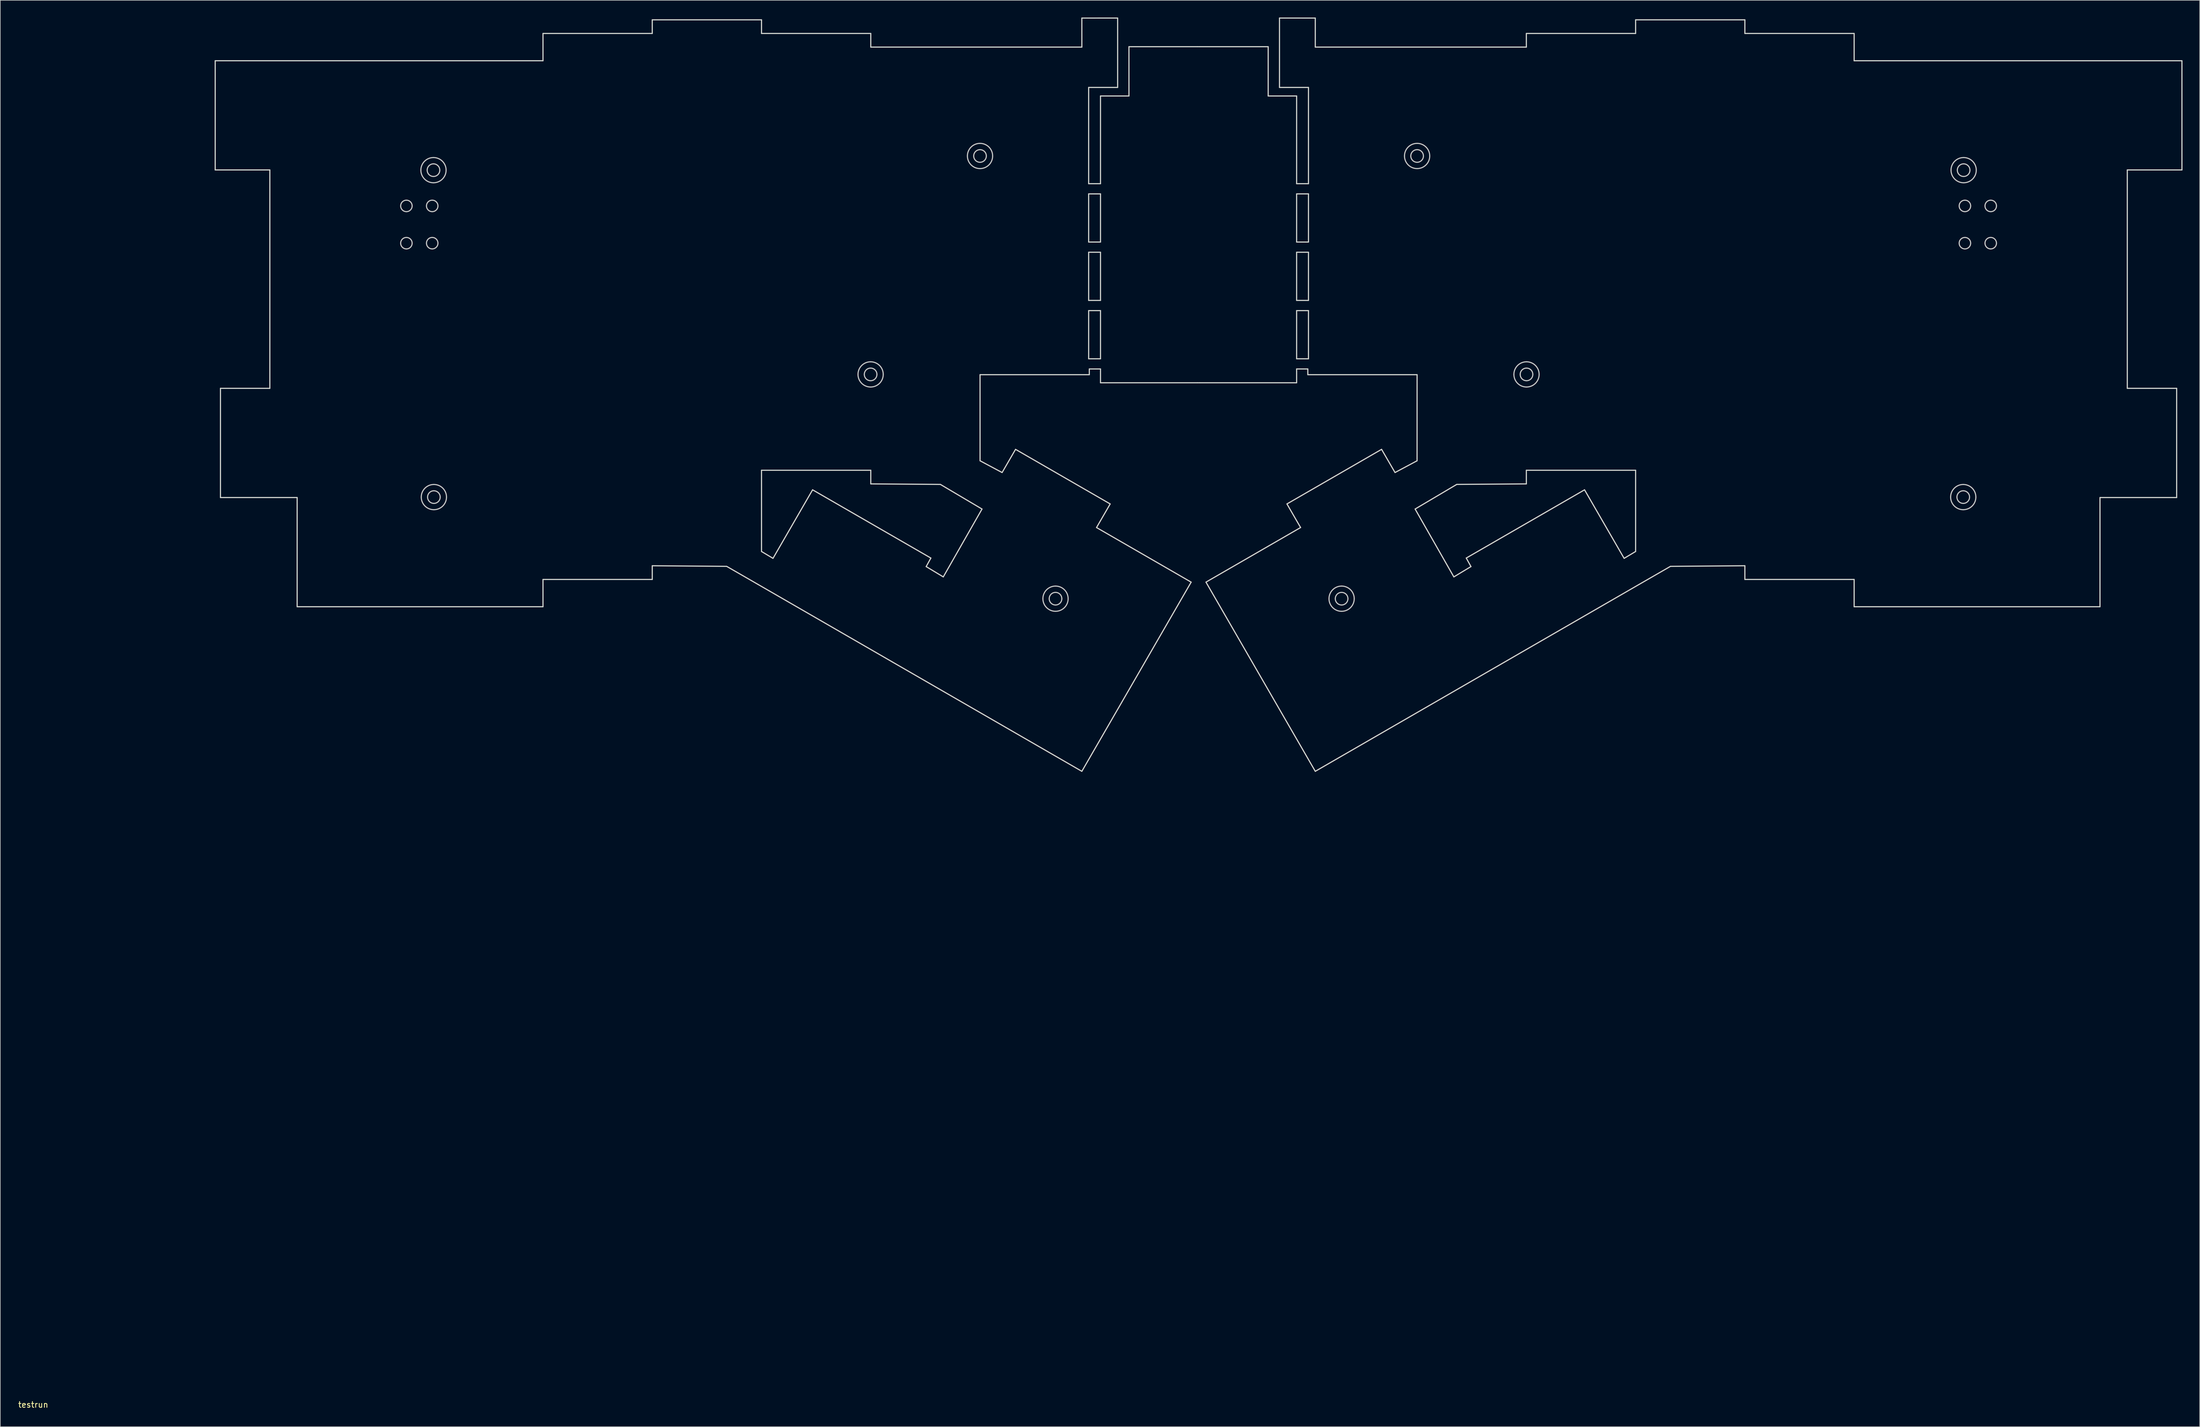
<source format=kicad_pcb>
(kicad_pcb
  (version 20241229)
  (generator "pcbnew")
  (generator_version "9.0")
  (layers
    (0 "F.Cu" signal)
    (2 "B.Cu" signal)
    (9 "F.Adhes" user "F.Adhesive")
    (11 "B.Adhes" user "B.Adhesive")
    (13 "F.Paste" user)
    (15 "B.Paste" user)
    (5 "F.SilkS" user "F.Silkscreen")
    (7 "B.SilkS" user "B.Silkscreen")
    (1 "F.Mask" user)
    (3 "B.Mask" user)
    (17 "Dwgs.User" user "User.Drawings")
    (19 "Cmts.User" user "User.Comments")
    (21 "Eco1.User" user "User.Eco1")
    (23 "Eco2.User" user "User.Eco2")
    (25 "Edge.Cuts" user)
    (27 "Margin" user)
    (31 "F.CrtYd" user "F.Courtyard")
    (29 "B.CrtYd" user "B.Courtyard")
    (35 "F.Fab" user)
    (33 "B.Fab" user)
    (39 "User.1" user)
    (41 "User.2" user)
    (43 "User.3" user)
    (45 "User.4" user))
  (footprint "testrun"
    (layer "F.Cu")
    (at 2.744 241.504)
    (property "Reference" "testrun" (at 0 0.5 0) (layer "F.SilkS") (effects (font (size 1 1) (thickness 0.15))))
    (attr through_hole)
    (fp_curve (pts (xy 64.062 -208.631) (xy 64.062 -209.183) (xy 64.51 -209.631) (xy 65.062 -209.631)) (stroke (width 0.2) (type solid)) (layer "Dwgs.User"))
    (fp_curve (pts (xy 64.062 -202.131) (xy 64.062 -202.683) (xy 64.51 -203.131) (xy 65.062 -203.131)) (stroke (width 0.2) (type solid)) (layer "Dwgs.User"))
    (fp_curve (pts (xy 65.062 -209.631) (xy 65.614 -209.631) (xy 66.062 -209.183) (xy 66.062 -208.631)) (stroke (width 0.2) (type solid)) (layer "Dwgs.User"))
    (fp_curve (pts (xy 65.062 -207.631) (xy 64.51 -207.631) (xy 64.062 -208.078) (xy 64.062 -208.631)) (stroke (width 0.2) (type solid)) (layer "Dwgs.User"))
    (fp_curve (pts (xy 65.062 -203.131) (xy 65.614 -203.131) (xy 66.062 -202.683) (xy 66.062 -202.131)) (stroke (width 0.2) (type solid)) (layer "Dwgs.User"))
    (fp_curve (pts (xy 65.062 -201.131) (xy 64.51 -201.131) (xy 64.062 -201.578) (xy 64.062 -202.131)) (stroke (width 0.2) (type solid)) (layer "Dwgs.User"))
    (fp_curve (pts (xy 66.062 -208.631) (xy 66.062 -208.078) (xy 65.614 -207.631) (xy 65.062 -207.631)) (stroke (width 0.2) (type solid)) (layer "Dwgs.User"))
    (fp_curve (pts (xy 66.062 -202.131) (xy 66.062 -201.578) (xy 65.614 -201.131) (xy 65.062 -201.131)) (stroke (width 0.2) (type solid)) (layer "Dwgs.User"))
    (fp_curve (pts (xy 67.583 -214.87) (xy 67.583 -216.085) (xy 68.568 -217.07) (xy 69.783 -217.07)) (stroke (width 0.2) (type solid)) (layer "Dwgs.User"))
    (fp_curve (pts (xy 67.652 -157.835) (xy 67.652 -159.051) (xy 68.637 -160.035) (xy 69.852 -160.035)) (stroke (width 0.2) (type solid)) (layer "Dwgs.User"))
    (fp_curve (pts (xy 68.562 -208.631) (xy 68.562 -209.183) (xy 69.01 -209.631) (xy 69.562 -209.631)) (stroke (width 0.2) (type solid)) (layer "Dwgs.User"))
    (fp_curve (pts (xy 68.562 -202.131) (xy 68.562 -202.683) (xy 69.01 -203.131) (xy 69.562 -203.131)) (stroke (width 0.2) (type solid)) (layer "Dwgs.User"))
    (fp_curve (pts (xy 68.683 -214.87) (xy 68.683 -215.477) (xy 69.176 -215.97) (xy 69.783 -215.97)) (stroke (width 0.2) (type solid)) (layer "Dwgs.User"))
    (fp_curve (pts (xy 68.752 -157.835) (xy 68.752 -158.443) (xy 69.245 -158.935) (xy 69.852 -158.935)) (stroke (width 0.2) (type solid)) (layer "Dwgs.User"))
    (fp_curve (pts (xy 69.562 -209.631) (xy 70.114 -209.631) (xy 70.562 -209.183) (xy 70.562 -208.631)) (stroke (width 0.2) (type solid)) (layer "Dwgs.User"))
    (fp_curve (pts (xy 69.562 -207.631) (xy 69.01 -207.631) (xy 68.562 -208.078) (xy 68.562 -208.631)) (stroke (width 0.2) (type solid)) (layer "Dwgs.User"))
    (fp_curve (pts (xy 69.562 -203.131) (xy 70.114 -203.131) (xy 70.562 -202.683) (xy 70.562 -202.131)) (stroke (width 0.2) (type solid)) (layer "Dwgs.User"))
    (fp_curve (pts (xy 69.562 -201.131) (xy 69.01 -201.131) (xy 68.562 -201.578) (xy 68.562 -202.131)) (stroke (width 0.2) (type solid)) (layer "Dwgs.User"))
    (fp_curve (pts (xy 69.783 -217.07) (xy 70.998 -217.07) (xy 71.983 -216.085) (xy 71.983 -214.87)) (stroke (width 0.2) (type solid)) (layer "Dwgs.User"))
    (fp_curve (pts (xy 69.783 -212.67) (xy 68.568 -212.67) (xy 67.583 -213.655) (xy 67.583 -214.87)) (stroke (width 0.2) (type solid)) (layer "Dwgs.User"))
    (fp_curve (pts (xy 69.783 -215.97) (xy 70.391 -215.97) (xy 70.883 -215.477) (xy 70.883 -214.87)) (stroke (width 0.2) (type solid)) (layer "Dwgs.User"))
    (fp_curve (pts (xy 69.783 -213.77) (xy 69.176 -213.77) (xy 68.683 -214.262) (xy 68.683 -214.87)) (stroke (width 0.2) (type solid)) (layer "Dwgs.User"))
    (fp_curve (pts (xy 69.852 -160.035) (xy 71.067 -160.035) (xy 72.052 -159.051) (xy 72.052 -157.835)) (stroke (width 0.2) (type solid)) (layer "Dwgs.User"))
    (fp_curve (pts (xy 69.852 -155.635) (xy 68.637 -155.635) (xy 67.652 -156.62) (xy 67.652 -157.835)) (stroke (width 0.2) (type solid)) (layer "Dwgs.User"))
    (fp_curve (pts (xy 69.852 -158.935) (xy 70.46 -158.935) (xy 70.952 -158.443) (xy 70.952 -157.835)) (stroke (width 0.2) (type solid)) (layer "Dwgs.User"))
    (fp_curve (pts (xy 69.852 -156.735) (xy 69.245 -156.735) (xy 68.752 -157.228) (xy 68.752 -157.835)) (stroke (width 0.2) (type solid)) (layer "Dwgs.User"))
    (fp_curve (pts (xy 70.562 -208.631) (xy 70.562 -208.078) (xy 70.114 -207.631) (xy 69.562 -207.631)) (stroke (width 0.2) (type solid)) (layer "Dwgs.User"))
    (fp_curve (pts (xy 70.562 -202.131) (xy 70.562 -201.578) (xy 70.114 -201.131) (xy 69.562 -201.131)) (stroke (width 0.2) (type solid)) (layer "Dwgs.User"))
    (fp_curve (pts (xy 70.883 -214.87) (xy 70.883 -214.262) (xy 70.391 -213.77) (xy 69.783 -213.77)) (stroke (width 0.2) (type solid)) (layer "Dwgs.User"))
    (fp_curve (pts (xy 70.952 -157.835) (xy 70.952 -157.228) (xy 70.46 -156.735) (xy 69.852 -156.735)) (stroke (width 0.2) (type solid)) (layer "Dwgs.User"))
    (fp_curve (pts (xy 71.983 -214.87) (xy 71.983 -213.655) (xy 70.998 -212.67) (xy 69.783 -212.67)) (stroke (width 0.2) (type solid)) (layer "Dwgs.User"))
    (fp_curve (pts (xy 72.052 -157.835) (xy 72.052 -156.62) (xy 71.067 -155.635) (xy 69.852 -155.635)) (stroke (width 0.2) (type solid)) (layer "Dwgs.User"))
    (fp_curve (pts (xy 143.796 -179.238) (xy 143.796 -180.453) (xy 144.781 -181.438) (xy 145.996 -181.438)) (stroke (width 0.2) (type solid)) (layer "Dwgs.User"))
    (fp_curve (pts (xy 144.896 -179.238) (xy 144.896 -179.845) (xy 145.389 -180.338) (xy 145.996 -180.338)) (stroke (width 0.2) (type solid)) (layer "Dwgs.User"))
    (fp_curve (pts (xy 145.996 -181.438) (xy 147.211 -181.438) (xy 148.196 -180.453) (xy 148.196 -179.238)) (stroke (width 0.2) (type solid)) (layer "Dwgs.User"))
    (fp_curve (pts (xy 145.996 -180.338) (xy 146.604 -180.338) (xy 147.096 -179.845) (xy 147.096 -179.238)) (stroke (width 0.2) (type solid)) (layer "Dwgs.User"))
    (fp_curve (pts (xy 145.996 -178.138) (xy 145.389 -178.138) (xy 144.896 -178.63) (xy 144.896 -179.238)) (stroke (width 0.2) (type solid)) (layer "Dwgs.User"))
    (fp_curve (pts (xy 145.996 -177.038) (xy 144.781 -177.038) (xy 143.796 -178.023) (xy 143.796 -179.238)) (stroke (width 0.2) (type solid)) (layer "Dwgs.User"))
    (fp_curve (pts (xy 147.096 -179.238) (xy 147.096 -178.63) (xy 146.604 -178.138) (xy 145.996 -178.138)) (stroke (width 0.2) (type solid)) (layer "Dwgs.User"))
    (fp_curve (pts (xy 148.196 -179.238) (xy 148.196 -178.023) (xy 147.211 -177.038) (xy 145.996 -177.038)) (stroke (width 0.2) (type solid)) (layer "Dwgs.User"))
    (fp_curve (pts (xy 162.87 -217.344) (xy 162.87 -218.559) (xy 163.855 -219.544) (xy 165.07 -219.544)) (stroke (width 0.2) (type solid)) (layer "Dwgs.User"))
    (fp_curve (pts (xy 163.97 -217.344) (xy 163.97 -217.951) (xy 164.463 -218.444) (xy 165.07 -218.444)) (stroke (width 0.2) (type solid)) (layer "Dwgs.User"))
    (fp_curve (pts (xy 165.07 -219.544) (xy 166.285 -219.544) (xy 167.27 -218.559) (xy 167.27 -217.344)) (stroke (width 0.2) (type solid)) (layer "Dwgs.User"))
    (fp_curve (pts (xy 165.07 -218.444) (xy 165.678 -218.444) (xy 166.17 -217.951) (xy 166.17 -217.344)) (stroke (width 0.2) (type solid)) (layer "Dwgs.User"))
    (fp_curve (pts (xy 165.07 -216.244) (xy 164.463 -216.244) (xy 163.97 -216.736) (xy 163.97 -217.344)) (stroke (width 0.2) (type solid)) (layer "Dwgs.User"))
    (fp_curve (pts (xy 165.07 -215.144) (xy 163.855 -215.144) (xy 162.87 -216.129) (xy 162.87 -217.344)) (stroke (width 0.2) (type solid)) (layer "Dwgs.User"))
    (fp_curve (pts (xy 166.17 -217.344) (xy 166.17 -216.736) (xy 165.678 -216.244) (xy 165.07 -216.244)) (stroke (width 0.2) (type solid)) (layer "Dwgs.User"))
    (fp_curve (pts (xy 167.27 -217.344) (xy 167.27 -216.129) (xy 166.285 -215.144) (xy 165.07 -215.144)) (stroke (width 0.2) (type solid)) (layer "Dwgs.User"))
    (fp_curve (pts (xy 176.033 -140.111) (xy 176.033 -141.326) (xy 177.018 -142.311) (xy 178.233 -142.311)) (stroke (width 0.2) (type solid)) (layer "Dwgs.User"))
    (fp_curve (pts (xy 177.133 -140.111) (xy 177.133 -140.718) (xy 177.626 -141.211) (xy 178.233 -141.211)) (stroke (width 0.2) (type solid)) (layer "Dwgs.User"))
    (fp_curve (pts (xy 178.233 -142.311) (xy 179.448 -142.311) (xy 180.433 -141.326) (xy 180.433 -140.111)) (stroke (width 0.2) (type solid)) (layer "Dwgs.User"))
    (fp_curve (pts (xy 178.233 -141.211) (xy 178.841 -141.211) (xy 179.333 -140.718) (xy 179.333 -140.111)) (stroke (width 0.2) (type solid)) (layer "Dwgs.User"))
    (fp_curve (pts (xy 178.233 -139.011) (xy 177.626 -139.011) (xy 177.133 -139.503) (xy 177.133 -140.111)) (stroke (width 0.2) (type solid)) (layer "Dwgs.User"))
    (fp_curve (pts (xy 178.233 -137.911) (xy 177.018 -137.911) (xy 176.033 -138.896) (xy 176.033 -140.111)) (stroke (width 0.2) (type solid)) (layer "Dwgs.User"))
    (fp_curve (pts (xy 179.333 -140.111) (xy 179.333 -139.503) (xy 178.841 -139.011) (xy 178.233 -139.011)) (stroke (width 0.2) (type solid)) (layer "Dwgs.User"))
    (fp_curve (pts (xy 180.433 -140.111) (xy 180.433 -138.896) (xy 179.448 -137.911) (xy 178.233 -137.911)) (stroke (width 0.2) (type solid)) (layer "Dwgs.User"))
    (fp_curve (pts (xy 225.913 -140.111) (xy 225.913 -138.896) (xy 226.898 -137.911) (xy 228.113 -137.911)) (stroke (width 0.2) (type solid)) (layer "Dwgs.User"))
    (fp_curve (pts (xy 227.013 -140.111) (xy 227.013 -139.503) (xy 227.506 -139.011) (xy 228.113 -139.011)) (stroke (width 0.2) (type solid)) (layer "Dwgs.User"))
    (fp_curve (pts (xy 228.113 -142.311) (xy 226.898 -142.311) (xy 225.913 -141.326) (xy 225.913 -140.111)) (stroke (width 0.2) (type solid)) (layer "Dwgs.User"))
    (fp_curve (pts (xy 228.113 -141.211) (xy 227.506 -141.211) (xy 227.013 -140.718) (xy 227.013 -140.111)) (stroke (width 0.2) (type solid)) (layer "Dwgs.User"))
    (fp_curve (pts (xy 228.113 -139.011) (xy 228.721 -139.011) (xy 229.213 -139.503) (xy 229.213 -140.111)) (stroke (width 0.2) (type solid)) (layer "Dwgs.User"))
    (fp_curve (pts (xy 228.113 -137.911) (xy 229.328 -137.911) (xy 230.313 -138.896) (xy 230.313 -140.111)) (stroke (width 0.2) (type solid)) (layer "Dwgs.User"))
    (fp_curve (pts (xy 229.213 -140.111) (xy 229.213 -140.718) (xy 228.721 -141.211) (xy 228.113 -141.211)) (stroke (width 0.2) (type solid)) (layer "Dwgs.User"))
    (fp_curve (pts (xy 230.313 -140.111) (xy 230.313 -141.326) (xy 229.328 -142.311) (xy 228.113 -142.311)) (stroke (width 0.2) (type solid)) (layer "Dwgs.User"))
    (fp_curve (pts (xy 239.076 -217.344) (xy 239.076 -216.129) (xy 240.061 -215.144) (xy 241.276 -215.144)) (stroke (width 0.2) (type solid)) (layer "Dwgs.User"))
    (fp_curve (pts (xy 240.176 -217.344) (xy 240.176 -216.736) (xy 240.669 -216.244) (xy 241.276 -216.244)) (stroke (width 0.2) (type solid)) (layer "Dwgs.User"))
    (fp_curve (pts (xy 241.276 -219.544) (xy 240.061 -219.544) (xy 239.076 -218.559) (xy 239.076 -217.344)) (stroke (width 0.2) (type solid)) (layer "Dwgs.User"))
    (fp_curve (pts (xy 241.276 -218.444) (xy 240.669 -218.444) (xy 240.176 -217.951) (xy 240.176 -217.344)) (stroke (width 0.2) (type solid)) (layer "Dwgs.User"))
    (fp_curve (pts (xy 241.276 -216.244) (xy 241.884 -216.244) (xy 242.376 -216.736) (xy 242.376 -217.344)) (stroke (width 0.2) (type solid)) (layer "Dwgs.User"))
    (fp_curve (pts (xy 241.276 -215.144) (xy 242.491 -215.144) (xy 243.476 -216.129) (xy 243.476 -217.344)) (stroke (width 0.2) (type solid)) (layer "Dwgs.User"))
    (fp_curve (pts (xy 242.376 -217.344) (xy 242.376 -217.951) (xy 241.884 -218.444) (xy 241.276 -218.444)) (stroke (width 0.2) (type solid)) (layer "Dwgs.User"))
    (fp_curve (pts (xy 243.476 -217.344) (xy 243.476 -218.559) (xy 242.491 -219.544) (xy 241.276 -219.544)) (stroke (width 0.2) (type solid)) (layer "Dwgs.User"))
    (fp_curve (pts (xy 258.15 -179.238) (xy 258.15 -178.023) (xy 259.135 -177.038) (xy 260.35 -177.038)) (stroke (width 0.2) (type solid)) (layer "Dwgs.User"))
    (fp_curve (pts (xy 259.25 -179.238) (xy 259.25 -178.63) (xy 259.743 -178.138) (xy 260.35 -178.138)) (stroke (width 0.2) (type solid)) (layer "Dwgs.User"))
    (fp_curve (pts (xy 260.35 -181.438) (xy 259.135 -181.438) (xy 258.15 -180.453) (xy 258.15 -179.238)) (stroke (width 0.2) (type solid)) (layer "Dwgs.User"))
    (fp_curve (pts (xy 260.35 -180.338) (xy 259.743 -180.338) (xy 259.25 -179.845) (xy 259.25 -179.238)) (stroke (width 0.2) (type solid)) (layer "Dwgs.User"))
    (fp_curve (pts (xy 260.35 -178.138) (xy 260.958 -178.138) (xy 261.45 -178.63) (xy 261.45 -179.238)) (stroke (width 0.2) (type solid)) (layer "Dwgs.User"))
    (fp_curve (pts (xy 260.35 -177.038) (xy 261.565 -177.038) (xy 262.55 -178.023) (xy 262.55 -179.238)) (stroke (width 0.2) (type solid)) (layer "Dwgs.User"))
    (fp_curve (pts (xy 261.45 -179.238) (xy 261.45 -179.845) (xy 260.958 -180.338) (xy 260.35 -180.338)) (stroke (width 0.2) (type solid)) (layer "Dwgs.User"))
    (fp_curve (pts (xy 262.55 -179.238) (xy 262.55 -180.453) (xy 261.565 -181.438) (xy 260.35 -181.438)) (stroke (width 0.2) (type solid)) (layer "Dwgs.User"))
    (fp_curve (pts (xy 334.294 -157.835) (xy 334.294 -156.62) (xy 335.279 -155.635) (xy 336.494 -155.635)) (stroke (width 0.2) (type solid)) (layer "Dwgs.User"))
    (fp_curve (pts (xy 334.363 -214.87) (xy 334.363 -213.655) (xy 335.348 -212.67) (xy 336.563 -212.67)) (stroke (width 0.2) (type solid)) (layer "Dwgs.User"))
    (fp_curve (pts (xy 335.394 -157.835) (xy 335.394 -157.228) (xy 335.887 -156.735) (xy 336.494 -156.735)) (stroke (width 0.2) (type solid)) (layer "Dwgs.User"))
    (fp_curve (pts (xy 335.463 -214.87) (xy 335.463 -214.262) (xy 335.956 -213.77) (xy 336.563 -213.77)) (stroke (width 0.2) (type solid)) (layer "Dwgs.User"))
    (fp_curve (pts (xy 335.785 -208.631) (xy 335.785 -208.078) (xy 336.232 -207.631) (xy 336.785 -207.631)) (stroke (width 0.2) (type solid)) (layer "Dwgs.User"))
    (fp_curve (pts (xy 335.785 -202.131) (xy 335.785 -201.578) (xy 336.232 -201.131) (xy 336.785 -201.131)) (stroke (width 0.2) (type solid)) (layer "Dwgs.User"))
    (fp_curve (pts (xy 336.494 -158.935) (xy 335.887 -158.935) (xy 335.394 -158.443) (xy 335.394 -157.835)) (stroke (width 0.2) (type solid)) (layer "Dwgs.User"))
    (fp_curve (pts (xy 336.494 -156.735) (xy 337.102 -156.735) (xy 337.594 -157.228) (xy 337.594 -157.835)) (stroke (width 0.2) (type solid)) (layer "Dwgs.User"))
    (fp_curve (pts (xy 336.494 -160.035) (xy 335.279 -160.035) (xy 334.294 -159.051) (xy 334.294 -157.835)) (stroke (width 0.2) (type solid)) (layer "Dwgs.User"))
    (fp_curve (pts (xy 336.494 -155.635) (xy 337.709 -155.635) (xy 338.694 -156.62) (xy 338.694 -157.835)) (stroke (width 0.2) (type solid)) (layer "Dwgs.User"))
    (fp_curve (pts (xy 336.563 -215.97) (xy 335.956 -215.97) (xy 335.463 -215.477) (xy 335.463 -214.87)) (stroke (width 0.2) (type solid)) (layer "Dwgs.User"))
    (fp_curve (pts (xy 336.563 -213.77) (xy 337.171 -213.77) (xy 337.663 -214.262) (xy 337.663 -214.87)) (stroke (width 0.2) (type solid)) (layer "Dwgs.User"))
    (fp_curve (pts (xy 336.563 -217.07) (xy 335.348 -217.07) (xy 334.363 -216.085) (xy 334.363 -214.87)) (stroke (width 0.2) (type solid)) (layer "Dwgs.User"))
    (fp_curve (pts (xy 336.563 -212.67) (xy 337.778 -212.67) (xy 338.763 -213.655) (xy 338.763 -214.87)) (stroke (width 0.2) (type solid)) (layer "Dwgs.User"))
    (fp_curve (pts (xy 336.785 -209.631) (xy 336.232 -209.631) (xy 335.785 -209.183) (xy 335.785 -208.631)) (stroke (width 0.2) (type solid)) (layer "Dwgs.User"))
    (fp_curve (pts (xy 336.785 -207.631) (xy 337.337 -207.631) (xy 337.785 -208.078) (xy 337.785 -208.631)) (stroke (width 0.2) (type solid)) (layer "Dwgs.User"))
    (fp_curve (pts (xy 336.785 -203.131) (xy 336.232 -203.131) (xy 335.785 -202.683) (xy 335.785 -202.131)) (stroke (width 0.2) (type solid)) (layer "Dwgs.User"))
    (fp_curve (pts (xy 336.785 -201.131) (xy 337.337 -201.131) (xy 337.785 -201.578) (xy 337.785 -202.131)) (stroke (width 0.2) (type solid)) (layer "Dwgs.User"))
    (fp_curve (pts (xy 337.594 -157.835) (xy 337.594 -158.443) (xy 337.102 -158.935) (xy 336.494 -158.935)) (stroke (width 0.2) (type solid)) (layer "Dwgs.User"))
    (fp_curve (pts (xy 337.663 -214.87) (xy 337.663 -215.477) (xy 337.171 -215.97) (xy 336.563 -215.97)) (stroke (width 0.2) (type solid)) (layer "Dwgs.User"))
    (fp_curve (pts (xy 337.785 -208.631) (xy 337.785 -209.183) (xy 337.337 -209.631) (xy 336.785 -209.631)) (stroke (width 0.2) (type solid)) (layer "Dwgs.User"))
    (fp_curve (pts (xy 337.785 -202.131) (xy 337.785 -202.683) (xy 337.337 -203.131) (xy 336.785 -203.131)) (stroke (width 0.2) (type solid)) (layer "Dwgs.User"))
    (fp_curve (pts (xy 338.694 -157.835) (xy 338.694 -159.051) (xy 337.709 -160.035) (xy 336.494 -160.035)) (stroke (width 0.2) (type solid)) (layer "Dwgs.User"))
    (fp_curve (pts (xy 338.763 -214.87) (xy 338.763 -216.085) (xy 337.778 -217.07) (xy 336.563 -217.07)) (stroke (width 0.2) (type solid)) (layer "Dwgs.User"))
    (fp_curve (pts (xy 340.285 -208.631) (xy 340.285 -208.078) (xy 340.732 -207.631) (xy 341.285 -207.631)) (stroke (width 0.2) (type solid)) (layer "Dwgs.User"))
    (fp_curve (pts (xy 340.285 -202.131) (xy 340.285 -201.578) (xy 340.732 -201.131) (xy 341.285 -201.131)) (stroke (width 0.2) (type solid)) (layer "Dwgs.User"))
    (fp_curve (pts (xy 341.285 -209.631) (xy 340.732 -209.631) (xy 340.285 -209.183) (xy 340.285 -208.631)) (stroke (width 0.2) (type solid)) (layer "Dwgs.User"))
    (fp_curve (pts (xy 341.285 -207.631) (xy 341.837 -207.631) (xy 342.285 -208.078) (xy 342.285 -208.631)) (stroke (width 0.2) (type solid)) (layer "Dwgs.User"))
    (fp_curve (pts (xy 341.285 -203.131) (xy 340.732 -203.131) (xy 340.285 -202.683) (xy 340.285 -202.131)) (stroke (width 0.2) (type solid)) (layer "Dwgs.User"))
    (fp_curve (pts (xy 341.285 -201.131) (xy 341.837 -201.131) (xy 342.285 -201.578) (xy 342.285 -202.131)) (stroke (width 0.2) (type solid)) (layer "Dwgs.User"))
    (fp_curve (pts (xy 342.285 -208.631) (xy 342.285 -209.183) (xy 341.837 -209.631) (xy 341.285 -209.631)) (stroke (width 0.2) (type solid)) (layer "Dwgs.User"))
    (fp_curve (pts (xy 342.285 -202.131) (xy 342.285 -202.683) (xy 341.837 -203.131) (xy 341.285 -203.131)) (stroke (width 0.2) (type solid)) (layer "Dwgs.User"))
    (fp_line (start 31.725 -233.957) (end 88.875 -233.957) (stroke (width 0.2) (type solid)) (layer "Edge.Cuts"))
    (fp_line (start 31.725 -214.907) (end 31.725 -233.957) (stroke (width 0.2) (type solid)) (layer "Edge.Cuts"))
    (fp_line (start 32.644 -176.807) (end 41.252 -176.807) (stroke (width 0.2) (type solid)) (layer "Edge.Cuts"))
    (fp_line (start 32.644 -157.757) (end 32.644 -176.807) (stroke (width 0.2) (type solid)) (layer "Edge.Cuts"))
    (fp_line (start 41.252 -214.907) (end 31.725 -214.907) (stroke (width 0.2) (type solid)) (layer "Edge.Cuts"))
    (fp_line (start 41.252 -176.807) (end 41.252 -214.907) (stroke (width 0.2) (type solid)) (layer "Edge.Cuts"))
    (fp_line (start 46.012 -157.757) (end 32.644 -157.757) (stroke (width 0.2) (type solid)) (layer "Edge.Cuts"))
    (fp_line (start 46.012 -138.707) (end 46.012 -157.757) (stroke (width 0.2) (type solid)) (layer "Edge.Cuts"))
    (fp_line (start 88.875 -238.717) (end 107.925 -238.717) (stroke (width 0.2) (type solid)) (layer "Edge.Cuts"))
    (fp_line (start 88.875 -233.957) (end 88.875 -238.717) (stroke (width 0.2) (type solid)) (layer "Edge.Cuts"))
    (fp_line (start 88.875 -143.467) (end 88.875 -138.707) (stroke (width 0.2) (type solid)) (layer "Edge.Cuts"))
    (fp_line (start 88.875 -138.707) (end 46.012 -138.707) (stroke (width 0.2) (type solid)) (layer "Edge.Cuts"))
    (fp_line (start 107.925 -241.097) (end 126.975 -241.097) (stroke (width 0.2) (type solid)) (layer "Edge.Cuts"))
    (fp_line (start 107.925 -238.717) (end 107.925 -241.097) (stroke (width 0.2) (type solid)) (layer "Edge.Cuts"))
    (fp_line (start 107.925 -145.857) (end 107.925 -143.467) (stroke (width 0.2) (type solid)) (layer "Edge.Cuts"))
    (fp_line (start 107.925 -143.467) (end 88.875 -143.467) (stroke (width 0.2) (type solid)) (layer "Edge.Cuts"))
    (fp_line (start 120.898 -145.753) (end 107.925 -145.857) (stroke (width 0.2) (type solid)) (layer "Edge.Cuts"))
    (fp_line (start 126.355 -142.606) (end 120.898 -145.753) (stroke (width 0.2) (type solid)) (layer "Edge.Cuts"))
    (fp_line (start 126.975 -241.097) (end 126.975 -238.717) (stroke (width 0.2) (type solid)) (layer "Edge.Cuts"))
    (fp_line (start 126.975 -238.717) (end 146.025 -238.717) (stroke (width 0.2) (type solid)) (layer "Edge.Cuts"))
    (fp_line (start 126.975 -162.517) (end 126.975 -148.346) (stroke (width 0.2) (type solid)) (layer "Edge.Cuts"))
    (fp_line (start 126.975 -148.346) (end 128.976 -147.146) (stroke (width 0.2) (type solid)) (layer "Edge.Cuts"))
    (fp_line (start 128.976 -147.146) (end 135.88 -159.103) (stroke (width 0.2) (type solid)) (layer "Edge.Cuts"))
    (fp_line (start 135.88 -159.103) (end 156.502 -147.198) (stroke (width 0.2) (type solid)) (layer "Edge.Cuts"))
    (fp_line (start 146.025 -238.717) (end 146.025 -236.337) (stroke (width 0.2) (type solid)) (layer "Edge.Cuts"))
    (fp_line (start 146.025 -236.337) (end 182.824 -236.337) (stroke (width 0.2) (type solid)) (layer "Edge.Cuts"))
    (fp_line (start 146.025 -162.517) (end 126.975 -162.517) (stroke (width 0.2) (type solid)) (layer "Edge.Cuts"))
    (fp_line (start 146.025 -160.137) (end 146.025 -162.517) (stroke (width 0.2) (type solid)) (layer "Edge.Cuts"))
    (fp_line (start 146.977 -130.698) (end 126.355 -142.606) (stroke (width 0.2) (type solid)) (layer "Edge.Cuts"))
    (fp_line (start 149.835 -129.045) (end 146.977 -130.698) (stroke (width 0.2) (type solid)) (layer "Edge.Cuts"))
    (fp_line (start 155.682 -145.712) (end 158.664 -143.911) (stroke (width 0.2) (type solid)) (layer "Edge.Cuts"))
    (fp_line (start 156.502 -147.198) (end 155.682 -145.712) (stroke (width 0.2) (type solid)) (layer "Edge.Cuts"))
    (fp_line (start 158.161 -160.048) (end 146.025 -160.137) (stroke (width 0.2) (type solid)) (layer "Edge.Cuts"))
    (fp_line (start 158.664 -143.911) (end 165.417 -155.75) (stroke (width 0.2) (type solid)) (layer "Edge.Cuts"))
    (fp_line (start 165.075 -179.187) (end 165.078 -164.17) (stroke (width 0.2) (type solid)) (layer "Edge.Cuts"))
    (fp_line (start 165.078 -164.17) (end 168.921 -162.118) (stroke (width 0.2) (type solid)) (layer "Edge.Cuts"))
    (fp_line (start 165.417 -155.75) (end 158.161 -160.048) (stroke (width 0.2) (type solid)) (layer "Edge.Cuts"))
    (fp_line (start 168.921 -162.118) (end 171.265 -166.164) (stroke (width 0.2) (type solid)) (layer "Edge.Cuts"))
    (fp_line (start 171.265 -166.164) (end 187.764 -156.639) (stroke (width 0.2) (type solid)) (layer "Edge.Cuts"))
    (fp_line (start 182.824 -241.402) (end 189.064 -241.404) (stroke (width 0.2) (type solid)) (layer "Edge.Cuts"))
    (fp_line (start 182.824 -236.337) (end 182.824 -241.402) (stroke (width 0.2) (type solid)) (layer "Edge.Cuts"))
    (fp_line (start 182.824 -109.995) (end 149.835 -129.045) (stroke (width 0.2) (type solid)) (layer "Edge.Cuts"))
    (fp_line (start 184.012 -229.303) (end 184.012 -212.508) (stroke (width 0.2) (type solid)) (layer "Edge.Cuts"))
    (fp_line (start 184.012 -212.508) (end 186.075 -212.508) (stroke (width 0.2) (type solid)) (layer "Edge.Cuts"))
    (fp_line (start 184.012 -210.731) (end 186.075 -210.731) (stroke (width 0.2) (type solid)) (layer "Edge.Cuts"))
    (fp_line (start 184.012 -202.327) (end 184.012 -210.731) (stroke (width 0.2) (type solid)) (layer "Edge.Cuts"))
    (fp_line (start 184.012 -200.55) (end 186.075 -200.55) (stroke (width 0.2) (type solid)) (layer "Edge.Cuts"))
    (fp_line (start 184.012 -192.145) (end 184.012 -200.55) (stroke (width 0.2) (type solid)) (layer "Edge.Cuts"))
    (fp_line (start 184.012 -190.368) (end 186.075 -190.368) (stroke (width 0.2) (type solid)) (layer "Edge.Cuts"))
    (fp_line (start 184.012 -181.963) (end 184.012 -190.368) (stroke (width 0.2) (type solid)) (layer "Edge.Cuts"))
    (fp_line (start 184.125 -180.187) (end 184.125 -179.187) (stroke (width 0.2) (type solid)) (layer "Edge.Cuts"))
    (fp_line (start 184.125 -179.187) (end 165.075 -179.187) (stroke (width 0.2) (type solid)) (layer "Edge.Cuts"))
    (fp_line (start 185.384 -152.522) (end 201.882 -142.997) (stroke (width 0.2) (type solid)) (layer "Edge.Cuts"))
    (fp_line (start 186.075 -227.81) (end 191.035 -227.81) (stroke (width 0.2) (type solid)) (layer "Edge.Cuts"))
    (fp_line (start 186.075 -212.508) (end 186.075 -227.81) (stroke (width 0.2) (type solid)) (layer "Edge.Cuts"))
    (fp_line (start 186.075 -210.731) (end 186.075 -202.327) (stroke (width 0.2) (type solid)) (layer "Edge.Cuts"))
    (fp_line (start 186.075 -202.327) (end 184.012 -202.327) (stroke (width 0.2) (type solid)) (layer "Edge.Cuts"))
    (fp_line (start 186.075 -200.55) (end 186.075 -192.145) (stroke (width 0.2) (type solid)) (layer "Edge.Cuts"))
    (fp_line (start 186.075 -192.145) (end 184.012 -192.145) (stroke (width 0.2) (type solid)) (layer "Edge.Cuts"))
    (fp_line (start 186.075 -190.368) (end 186.075 -181.963) (stroke (width 0.2) (type solid)) (layer "Edge.Cuts"))
    (fp_line (start 186.075 -181.963) (end 184.012 -181.963) (stroke (width 0.2) (type solid)) (layer "Edge.Cuts"))
    (fp_line (start 186.075 -180.187) (end 184.125 -180.187) (stroke (width 0.2) (type solid)) (layer "Edge.Cuts"))
    (fp_line (start 186.075 -177.776) (end 186.075 -180.187) (stroke (width 0.2) (type solid)) (layer "Edge.Cuts"))
    (fp_line (start 187.764 -156.639) (end 185.384 -152.522) (stroke (width 0.2) (type solid)) (layer "Edge.Cuts"))
    (fp_line (start 189.064 -241.404) (end 189.064 -229.303) (stroke (width 0.2) (type solid)) (layer "Edge.Cuts"))
    (fp_line (start 189.064 -229.303) (end 184.012 -229.303) (stroke (width 0.2) (type solid)) (layer "Edge.Cuts"))
    (fp_line (start 191.035 -236.408) (end 202.971 -236.408) (stroke (width 0.2) (type solid)) (layer "Edge.Cuts"))
    (fp_line (start 191.035 -227.81) (end 191.035 -236.408) (stroke (width 0.2) (type solid)) (layer "Edge.Cuts"))
    (fp_line (start 201.882 -142.997) (end 182.824 -109.995) (stroke (width 0.2) (type solid)) (layer "Edge.Cuts"))
    (fp_line (start 202.971 -236.408) (end 203.375 -236.408) (stroke (width 0.2) (type solid)) (layer "Edge.Cuts"))
    (fp_line (start 202.971 -177.776) (end 186.075 -177.776) (stroke (width 0.2) (type solid)) (layer "Edge.Cuts"))
    (fp_line (start 203.375 -236.408) (end 215.312 -236.408) (stroke (width 0.2) (type solid)) (layer "Edge.Cuts"))
    (fp_line (start 203.375 -177.776) (end 202.971 -177.776) (stroke (width 0.2) (type solid)) (layer "Edge.Cuts"))
    (fp_line (start 204.465 -142.997) (end 220.962 -152.522) (stroke (width 0.2) (type solid)) (layer "Edge.Cuts"))
    (fp_line (start 215.312 -236.408) (end 215.312 -227.81) (stroke (width 0.2) (type solid)) (layer "Edge.Cuts"))
    (fp_line (start 215.312 -227.81) (end 220.271 -227.81) (stroke (width 0.2) (type solid)) (layer "Edge.Cuts"))
    (fp_line (start 217.282 -241.404) (end 223.523 -241.402) (stroke (width 0.2) (type solid)) (layer "Edge.Cuts"))
    (fp_line (start 217.282 -229.303) (end 217.282 -241.404) (stroke (width 0.2) (type solid)) (layer "Edge.Cuts"))
    (fp_line (start 218.582 -156.639) (end 235.082 -166.164) (stroke (width 0.2) (type solid)) (layer "Edge.Cuts"))
    (fp_line (start 220.271 -227.81) (end 220.271 -212.508) (stroke (width 0.2) (type solid)) (layer "Edge.Cuts"))
    (fp_line (start 220.271 -212.508) (end 222.335 -212.508) (stroke (width 0.2) (type solid)) (layer "Edge.Cuts"))
    (fp_line (start 220.271 -210.731) (end 220.271 -202.327) (stroke (width 0.2) (type solid)) (layer "Edge.Cuts"))
    (fp_line (start 220.271 -202.327) (end 222.335 -202.327) (stroke (width 0.2) (type solid)) (layer "Edge.Cuts"))
    (fp_line (start 220.271 -200.55) (end 220.271 -192.145) (stroke (width 0.2) (type solid)) (layer "Edge.Cuts"))
    (fp_line (start 220.271 -192.145) (end 222.335 -192.145) (stroke (width 0.2) (type solid)) (layer "Edge.Cuts"))
    (fp_line (start 220.271 -190.368) (end 220.271 -181.963) (stroke (width 0.2) (type solid)) (layer "Edge.Cuts"))
    (fp_line (start 220.271 -181.963) (end 222.335 -181.963) (stroke (width 0.2) (type solid)) (layer "Edge.Cuts"))
    (fp_line (start 220.271 -180.187) (end 220.271 -177.776) (stroke (width 0.2) (type solid)) (layer "Edge.Cuts"))
    (fp_line (start 220.271 -177.776) (end 203.375 -177.776) (stroke (width 0.2) (type solid)) (layer "Edge.Cuts"))
    (fp_line (start 220.962 -152.522) (end 218.582 -156.639) (stroke (width 0.2) (type solid)) (layer "Edge.Cuts"))
    (fp_line (start 222.222 -180.187) (end 220.271 -180.187) (stroke (width 0.2) (type solid)) (layer "Edge.Cuts"))
    (fp_line (start 222.222 -179.187) (end 222.222 -180.187) (stroke (width 0.2) (type solid)) (layer "Edge.Cuts"))
    (fp_line (start 222.335 -229.303) (end 217.282 -229.303) (stroke (width 0.2) (type solid)) (layer "Edge.Cuts"))
    (fp_line (start 222.335 -212.508) (end 222.335 -229.303) (stroke (width 0.2) (type solid)) (layer "Edge.Cuts"))
    (fp_line (start 222.335 -210.731) (end 220.271 -210.731) (stroke (width 0.2) (type solid)) (layer "Edge.Cuts"))
    (fp_line (start 222.335 -202.327) (end 222.335 -210.731) (stroke (width 0.2) (type solid)) (layer "Edge.Cuts"))
    (fp_line (start 222.335 -200.55) (end 220.271 -200.55) (stroke (width 0.2) (type solid)) (layer "Edge.Cuts"))
    (fp_line (start 222.335 -192.145) (end 222.335 -200.55) (stroke (width 0.2) (type solid)) (layer "Edge.Cuts"))
    (fp_line (start 222.335 -190.368) (end 220.271 -190.368) (stroke (width 0.2) (type solid)) (layer "Edge.Cuts"))
    (fp_line (start 222.335 -181.963) (end 222.335 -190.368) (stroke (width 0.2) (type solid)) (layer "Edge.Cuts"))
    (fp_line (start 223.523 -241.402) (end 223.523 -236.337) (stroke (width 0.2) (type solid)) (layer "Edge.Cuts"))
    (fp_line (start 223.523 -236.337) (end 260.322 -236.337) (stroke (width 0.2) (type solid)) (layer "Edge.Cuts"))
    (fp_line (start 223.523 -109.995) (end 204.465 -142.997) (stroke (width 0.2) (type solid)) (layer "Edge.Cuts"))
    (fp_line (start 235.082 -166.164) (end 237.426 -162.118) (stroke (width 0.2) (type solid)) (layer "Edge.Cuts"))
    (fp_line (start 237.426 -162.118) (end 241.268 -164.17) (stroke (width 0.2) (type solid)) (layer "Edge.Cuts"))
    (fp_line (start 240.929 -155.75) (end 248.186 -160.048) (stroke (width 0.2) (type solid)) (layer "Edge.Cuts"))
    (fp_line (start 241.268 -164.17) (end 241.272 -179.187) (stroke (width 0.2) (type solid)) (layer "Edge.Cuts"))
    (fp_line (start 241.272 -179.187) (end 222.222 -179.187) (stroke (width 0.2) (type solid)) (layer "Edge.Cuts"))
    (fp_line (start 247.683 -143.911) (end 240.929 -155.75) (stroke (width 0.2) (type solid)) (layer "Edge.Cuts"))
    (fp_line (start 248.186 -160.048) (end 260.322 -160.137) (stroke (width 0.2) (type solid)) (layer "Edge.Cuts"))
    (fp_line (start 249.845 -147.198) (end 250.665 -145.712) (stroke (width 0.2) (type solid)) (layer "Edge.Cuts"))
    (fp_line (start 250.665 -145.712) (end 247.683 -143.911) (stroke (width 0.2) (type solid)) (layer "Edge.Cuts"))
    (fp_line (start 256.512 -129.045) (end 223.523 -109.995) (stroke (width 0.2) (type solid)) (layer "Edge.Cuts"))
    (fp_line (start 259.37 -130.698) (end 256.512 -129.045) (stroke (width 0.2) (type solid)) (layer "Edge.Cuts"))
    (fp_line (start 260.322 -238.717) (end 279.372 -238.717) (stroke (width 0.2) (type solid)) (layer "Edge.Cuts"))
    (fp_line (start 260.322 -236.337) (end 260.322 -238.717) (stroke (width 0.2) (type solid)) (layer "Edge.Cuts"))
    (fp_line (start 260.322 -162.517) (end 279.372 -162.517) (stroke (width 0.2) (type solid)) (layer "Edge.Cuts"))
    (fp_line (start 260.322 -160.137) (end 260.322 -162.517) (stroke (width 0.2) (type solid)) (layer "Edge.Cuts"))
    (fp_line (start 270.467 -159.103) (end 249.845 -147.198) (stroke (width 0.2) (type solid)) (layer "Edge.Cuts"))
    (fp_line (start 277.37 -147.146) (end 270.467 -159.103) (stroke (width 0.2) (type solid)) (layer "Edge.Cuts"))
    (fp_line (start 279.372 -241.097) (end 298.422 -241.097) (stroke (width 0.2) (type solid)) (layer "Edge.Cuts"))
    (fp_line (start 279.372 -238.717) (end 279.372 -241.097) (stroke (width 0.2) (type solid)) (layer "Edge.Cuts"))
    (fp_line (start 279.372 -162.517) (end 279.372 -148.346) (stroke (width 0.2) (type solid)) (layer "Edge.Cuts"))
    (fp_line (start 279.372 -148.346) (end 277.37 -147.146) (stroke (width 0.2) (type solid)) (layer "Edge.Cuts"))
    (fp_line (start 279.992 -142.606) (end 259.37 -130.698) (stroke (width 0.2) (type solid)) (layer "Edge.Cuts"))
    (fp_line (start 285.449 -145.753) (end 279.992 -142.606) (stroke (width 0.2) (type solid)) (layer "Edge.Cuts"))
    (fp_line (start 298.422 -241.097) (end 298.422 -238.717) (stroke (width 0.2) (type solid)) (layer "Edge.Cuts"))
    (fp_line (start 298.422 -238.717) (end 317.472 -238.717) (stroke (width 0.2) (type solid)) (layer "Edge.Cuts"))
    (fp_line (start 298.422 -145.857) (end 285.449 -145.753) (stroke (width 0.2) (type solid)) (layer "Edge.Cuts"))
    (fp_line (start 298.422 -143.467) (end 298.422 -145.857) (stroke (width 0.2) (type solid)) (layer "Edge.Cuts"))
    (fp_line (start 317.472 -238.717) (end 317.472 -233.957) (stroke (width 0.2) (type solid)) (layer "Edge.Cuts"))
    (fp_line (start 317.472 -233.957) (end 374.622 -233.957) (stroke (width 0.2) (type solid)) (layer "Edge.Cuts"))
    (fp_line (start 317.472 -143.467) (end 298.422 -143.467) (stroke (width 0.2) (type solid)) (layer "Edge.Cuts"))
    (fp_line (start 317.472 -138.707) (end 317.472 -143.467) (stroke (width 0.2) (type solid)) (layer "Edge.Cuts"))
    (fp_line (start 360.335 -157.757) (end 360.335 -138.707) (stroke (width 0.2) (type solid)) (layer "Edge.Cuts"))
    (fp_line (start 360.335 -138.707) (end 317.472 -138.707) (stroke (width 0.2) (type solid)) (layer "Edge.Cuts"))
    (fp_line (start 365.095 -214.907) (end 365.095 -176.807) (stroke (width 0.2) (type solid)) (layer "Edge.Cuts"))
    (fp_line (start 365.095 -176.807) (end 373.702 -176.807) (stroke (width 0.2) (type solid)) (layer "Edge.Cuts"))
    (fp_line (start 373.702 -176.807) (end 373.702 -157.757) (stroke (width 0.2) (type solid)) (layer "Edge.Cuts"))
    (fp_line (start 373.702 -157.757) (end 360.335 -157.757) (stroke (width 0.2) (type solid)) (layer "Edge.Cuts"))
    (fp_line (start 374.622 -233.957) (end 374.622 -214.907) (stroke (width 0.2) (type solid)) (layer "Edge.Cuts"))
    (fp_line (start 374.622 -214.907) (end 365.095 -214.907) (stroke (width 0.2) (type solid)) (layer "Edge.Cuts")))
  (gr_rect
    (start -3 -3)
    (end 380.466 245.852)
    (stroke (width 0.1) (type default))
    (fill no)
    (layer "Edge.Cuts")))
</source>
